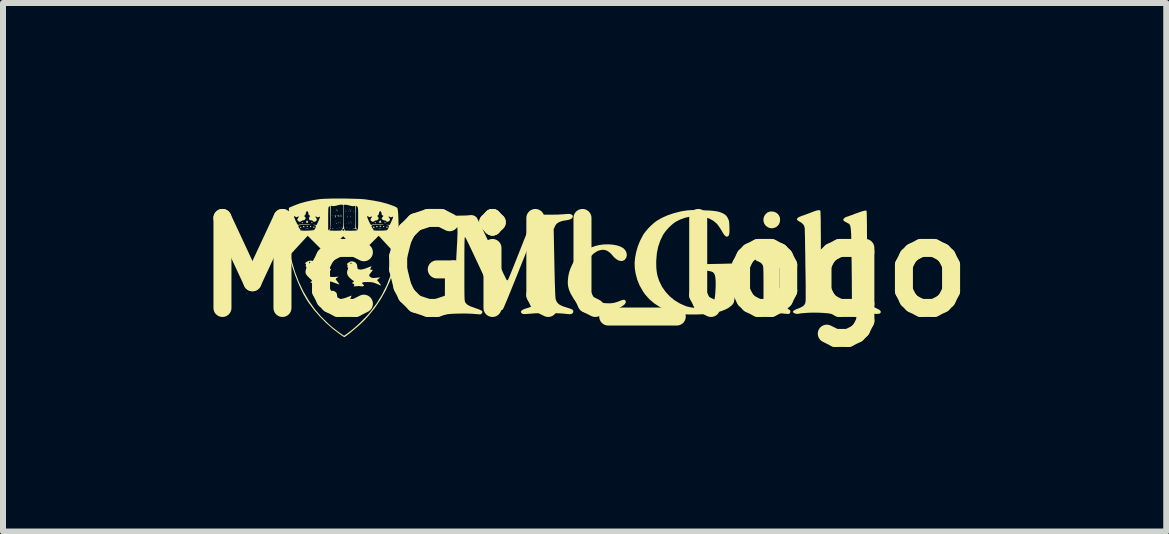
<source format=kicad_pcb>
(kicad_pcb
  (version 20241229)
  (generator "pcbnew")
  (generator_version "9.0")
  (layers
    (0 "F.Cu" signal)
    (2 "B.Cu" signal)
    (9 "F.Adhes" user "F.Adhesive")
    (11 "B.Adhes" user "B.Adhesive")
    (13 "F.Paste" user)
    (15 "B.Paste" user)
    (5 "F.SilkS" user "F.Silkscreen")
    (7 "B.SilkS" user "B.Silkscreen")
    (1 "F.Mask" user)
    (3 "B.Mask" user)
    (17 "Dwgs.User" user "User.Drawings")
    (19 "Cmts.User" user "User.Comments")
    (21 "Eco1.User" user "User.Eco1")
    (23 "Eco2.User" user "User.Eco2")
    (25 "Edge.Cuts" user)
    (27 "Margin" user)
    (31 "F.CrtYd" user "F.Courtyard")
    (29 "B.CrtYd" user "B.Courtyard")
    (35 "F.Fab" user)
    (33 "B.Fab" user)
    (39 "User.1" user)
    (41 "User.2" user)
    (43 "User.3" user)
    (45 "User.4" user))
  (footprint "McGill_logo"
    (layer "F.Cu")
    (at 6.693 1.404)
    (property "Reference" "McGill_logo" (at 0 0 0) (layer "F.SilkS") (effects (font (size 1.5 1.5) (thickness 0.3))))
    (attr board_only exclude_from_pos_files exclude_from_bom)
    (fp_poly (pts (xy -4.196 -0.863) (xy -4.199 -0.859) (xy -4.203 -0.863) (xy -4.199 -0.867)) (stroke (width 0) (type solid)) (fill yes) (layer "F.SilkS"))
    (fp_poly (pts (xy -4.172 -0.863) (xy -4.176 -0.859) (xy -4.18 -0.863) (xy -4.176 -0.867)) (stroke (width 0) (type solid)) (fill yes) (layer "F.SilkS"))
    (fp_poly (pts (xy -4.172 -0.832) (xy -4.176 -0.828) (xy -4.18 -0.832) (xy -4.176 -0.836)) (stroke (width 0) (type solid)) (fill yes) (layer "F.SilkS"))
    (fp_poly (pts (xy -4.149 -0.762) (xy -4.153 -0.758) (xy -4.157 -0.762) (xy -4.153 -0.766)) (stroke (width 0) (type solid)) (fill yes) (layer "F.SilkS"))
    (fp_poly (pts (xy -4.071 -0.762) (xy -4.074 -0.758) (xy -4.078 -0.762) (xy -4.074 -0.766)) (stroke (width 0) (type solid)) (fill yes) (layer "F.SilkS"))
    (fp_poly (pts (xy -4.071 -0.731) (xy -4.074 -0.727) (xy -4.078 -0.731) (xy -4.074 -0.734)) (stroke (width 0) (type solid)) (fill yes) (layer "F.SilkS"))
    (fp_poly (pts (xy -4.063 -0.746) (xy -4.067 -0.742) (xy -4.071 -0.746) (xy -4.067 -0.75)) (stroke (width 0) (type solid)) (fill yes) (layer "F.SilkS"))
    (fp_poly (pts (xy -3.985 -0.965) (xy -3.989 -0.961) (xy -3.992 -0.965) (xy -3.989 -0.969)) (stroke (width 0) (type solid)) (fill yes) (layer "F.SilkS"))
    (fp_poly (pts (xy -3.985 -0.934) (xy -3.989 -0.93) (xy -3.992 -0.934) (xy -3.989 -0.938)) (stroke (width 0) (type solid)) (fill yes) (layer "F.SilkS"))
    (fp_poly (pts (xy -3.961 -0.934) (xy -3.965 -0.93) (xy -3.969 -0.934) (xy -3.965 -0.938)) (stroke (width 0) (type solid)) (fill yes) (layer "F.SilkS"))
    (fp_poly (pts (xy -3.961 -0.731) (xy -3.965 -0.727) (xy -3.969 -0.731) (xy -3.965 -0.734)) (stroke (width 0) (type solid)) (fill yes) (layer "F.SilkS"))
    (fp_poly (pts (xy -3.938 -0.941) (xy -3.942 -0.938) (xy -3.946 -0.941) (xy -3.942 -0.945)) (stroke (width 0) (type solid)) (fill yes) (layer "F.SilkS"))
    (fp_poly (pts (xy -3.938 -0.762) (xy -3.942 -0.758) (xy -3.946 -0.762) (xy -3.942 -0.766)) (stroke (width 0) (type solid)) (fill yes) (layer "F.SilkS"))
    (fp_poly (pts (xy -3.938 -0.731) (xy -3.942 -0.727) (xy -3.946 -0.731) (xy -3.942 -0.734)) (stroke (width 0) (type solid)) (fill yes) (layer "F.SilkS"))
    (fp_poly (pts (xy -3.93 -0.926) (xy -3.934 -0.922) (xy -3.938 -0.926) (xy -3.934 -0.93)) (stroke (width 0) (type solid)) (fill yes) (layer "F.SilkS"))
    (fp_poly (pts (xy -3.914 -0.652) (xy -3.918 -0.648) (xy -3.922 -0.652) (xy -3.918 -0.656)) (stroke (width 0) (type solid)) (fill yes) (layer "F.SilkS"))
    (fp_poly (pts (xy -3.891 -0.762) (xy -3.895 -0.758) (xy -3.899 -0.762) (xy -3.895 -0.766)) (stroke (width 0) (type solid)) (fill yes) (layer "F.SilkS"))
    (fp_poly (pts (xy -3.875 -0.957) (xy -3.879 -0.953) (xy -3.883 -0.957) (xy -3.879 -0.961)) (stroke (width 0) (type solid)) (fill yes) (layer "F.SilkS"))
    (fp_poly (pts (xy -3.875 -0.754) (xy -3.879 -0.75) (xy -3.883 -0.754) (xy -3.879 -0.758)) (stroke (width 0) (type solid)) (fill yes) (layer "F.SilkS"))
    (fp_poly (pts (xy -3.875 -0.723) (xy -3.879 -0.719) (xy -3.883 -0.723) (xy -3.879 -0.727)) (stroke (width 0) (type solid)) (fill yes) (layer "F.SilkS"))
    (fp_poly (pts (xy -4.706 -0.638) (xy -4.707 -0.633) (xy -4.711 -0.633) (xy -4.718 -0.636) (xy -4.716 -0.638) (xy -4.707 -0.639)) (stroke (width 0) (type solid)) (fill yes) (layer "F.SilkS"))
    (fp_poly (pts (xy -4.534 -0.638) (xy -4.535 -0.633) (xy -4.539 -0.633) (xy -4.546 -0.636) (xy -4.545 -0.638) (xy -4.535 -0.639)) (stroke (width 0) (type solid)) (fill yes) (layer "F.SilkS"))
    (fp_poly (pts (xy -4.12 -0.654) (xy -4.121 -0.649) (xy -4.125 -0.648) (xy -4.132 -0.651) (xy -4.13 -0.654) (xy -4.121 -0.655)) (stroke (width 0) (type solid)) (fill yes) (layer "F.SilkS"))
    (fp_poly (pts (xy -4.104 -0.752) (xy -4.103 -0.739) (xy -4.105 -0.737) (xy -4.108 -0.739) (xy -4.109 -0.747) (xy -4.107 -0.755)) (stroke (width 0) (type solid)) (fill yes) (layer "F.SilkS"))
    (fp_poly (pts (xy -4.076 -0.661) (xy -4.075 -0.659) (xy -4.086 -0.658) (xy -4.097 -0.659) (xy -4.096 -0.661) (xy -4.08 -0.662)) (stroke (width 0) (type solid)) (fill yes) (layer "F.SilkS"))
    (fp_poly (pts (xy -4.042 -0.661) (xy -4.043 -0.657) (xy -4.047 -0.656) (xy -4.054 -0.659) (xy -4.052 -0.661) (xy -4.043 -0.662)) (stroke (width 0) (type solid)) (fill yes) (layer "F.SilkS"))
    (fp_poly (pts (xy -3.995 -0.661) (xy -3.996 -0.657) (xy -4 -0.656) (xy -4.007 -0.659) (xy -4.005 -0.661) (xy -3.996 -0.662)) (stroke (width 0) (type solid)) (fill yes) (layer "F.SilkS"))
    (fp_poly (pts (xy -3.951 -0.661) (xy -3.95 -0.659) (xy -3.961 -0.658) (xy -3.972 -0.659) (xy -3.971 -0.661) (xy -3.955 -0.662)) (stroke (width 0) (type solid)) (fill yes) (layer "F.SilkS"))
    (fp_poly (pts (xy -3.917 -0.966) (xy -3.918 -0.962) (xy -3.922 -0.961) (xy -3.929 -0.964) (xy -3.927 -0.966) (xy -3.918 -0.967)) (stroke (width 0) (type solid)) (fill yes) (layer "F.SilkS"))
    (fp_poly (pts (xy -3.909 -0.752) (xy -3.908 -0.736) (xy -3.909 -0.732) (xy -3.912 -0.731) (xy -3.913 -0.742) (xy -3.912 -0.753)) (stroke (width 0) (type solid)) (fill yes) (layer "F.SilkS"))
    (fp_poly (pts (xy -3.854 -0.935) (xy -3.853 -0.926) (xy -3.854 -0.925) (xy -3.859 -0.926) (xy -3.86 -0.93) (xy -3.857 -0.936)) (stroke (width 0) (type solid)) (fill yes) (layer "F.SilkS"))
    (fp_poly (pts (xy -3.487 -0.638) (xy -3.488 -0.633) (xy -3.492 -0.633) (xy -3.499 -0.636) (xy -3.498 -0.638) (xy -3.488 -0.639)) (stroke (width 0) (type solid)) (fill yes) (layer "F.SilkS"))
    (fp_poly (pts (xy -3.315 -0.638) (xy -3.316 -0.633) (xy -3.321 -0.633) (xy -3.327 -0.636) (xy -3.326 -0.638) (xy -3.316 -0.639)) (stroke (width 0) (type solid)) (fill yes) (layer "F.SilkS"))
    (fp_poly (pts (xy -4.729 -0.676) (xy -4.721 -0.666) (xy -4.724 -0.658) (xy -4.73 -0.656) (xy -4.741 -0.663) (xy -4.742 -0.669) (xy -4.738 -0.677)) (stroke (width 0) (type solid)) (fill yes) (layer "F.SilkS"))
    (fp_poly (pts (xy -4.703 -0.753) (xy -4.696 -0.744) (xy -4.701 -0.736) (xy -4.707 -0.734) (xy -4.715 -0.74) (xy -4.714 -0.746) (xy -4.707 -0.754)) (stroke (width 0) (type solid)) (fill yes) (layer "F.SilkS"))
    (fp_poly (pts (xy -4.619 -0.691) (xy -4.611 -0.681) (xy -4.615 -0.673) (xy -4.621 -0.672) (xy -4.631 -0.678) (xy -4.633 -0.684) (xy -4.629 -0.693)) (stroke (width 0) (type solid)) (fill yes) (layer "F.SilkS"))
    (fp_poly (pts (xy -4.541 -0.752) (xy -4.536 -0.746) (xy -4.538 -0.736) (xy -4.543 -0.734) (xy -4.554 -0.738) (xy -4.555 -0.742) (xy -4.55 -0.752)) (stroke (width 0) (type solid)) (fill yes) (layer "F.SilkS"))
    (fp_poly (pts (xy -4.133 -0.738) (xy -4.132 -0.737) (xy -4.126 -0.726) (xy -4.127 -0.722) (xy -4.133 -0.725) (xy -4.136 -0.732) (xy -4.139 -0.741)) (stroke (width 0) (type solid)) (fill yes) (layer "F.SilkS"))
    (fp_poly (pts (xy -4.126 -0.872) (xy -4.118 -0.865) (xy -4.117 -0.863) (xy -4.121 -0.86) (xy -4.129 -0.867) (xy -4.13 -0.868) (xy -4.131 -0.874)) (stroke (width 0) (type solid)) (fill yes) (layer "F.SilkS"))
    (fp_poly (pts (xy -4.117 -0.948) (xy -4.116 -0.947) (xy -4.11 -0.937) (xy -4.111 -0.933) (xy -4.117 -0.936) (xy -4.121 -0.943) (xy -4.123 -0.952)) (stroke (width 0) (type solid)) (fill yes) (layer "F.SilkS"))
    (fp_poly (pts (xy -3.9 -0.946) (xy -3.902 -0.932) (xy -3.905 -0.928) (xy -3.91 -0.926) (xy -3.909 -0.937) (xy -3.909 -0.938) (xy -3.904 -0.949)) (stroke (width 0) (type solid)) (fill yes) (layer "F.SilkS"))
    (fp_poly (pts (xy -3.338 -0.683) (xy -3.338 -0.678) (xy -3.346 -0.668) (xy -3.355 -0.667) (xy -3.36 -0.675) (xy -3.353 -0.686) (xy -3.347 -0.688)) (stroke (width 0) (type solid)) (fill yes) (layer "F.SilkS"))
    (fp_poly (pts (xy -3.322 -0.752) (xy -3.318 -0.746) (xy -3.319 -0.736) (xy -3.325 -0.734) (xy -3.335 -0.738) (xy -3.336 -0.742) (xy -3.331 -0.752)) (stroke (width 0) (type solid)) (fill yes) (layer "F.SilkS"))
    (fp_poly (pts (xy -4.676 -0.685) (xy -4.668 -0.677) (xy -4.668 -0.672) (xy -4.679 -0.664) (xy -4.691 -0.671) (xy -4.692 -0.672) (xy -4.694 -0.683) (xy -4.684 -0.687)) (stroke (width 0) (type solid)) (fill yes) (layer "F.SilkS"))
    (fp_poly (pts (xy -4.556 -0.684) (xy -4.555 -0.68) (xy -4.56 -0.67) (xy -4.57 -0.668) (xy -4.573 -0.67) (xy -4.578 -0.681) (xy -4.57 -0.687) (xy -4.567 -0.688)) (stroke (width 0) (type solid)) (fill yes) (layer "F.SilkS"))
    (fp_poly (pts (xy -4.502 -0.673) (xy -4.5 -0.668) (xy -4.507 -0.658) (xy -4.512 -0.656) (xy -4.522 -0.663) (xy -4.524 -0.668) (xy -4.517 -0.678) (xy -4.512 -0.68)) (stroke (width 0) (type solid)) (fill yes) (layer "F.SilkS"))
    (fp_poly (pts (xy -4.182 -0.646) (xy -4.179 -0.644) (xy -4.19 -0.643) (xy -4.196 -0.642) (xy -4.21 -0.643) (xy -4.211 -0.645) (xy -4.209 -0.646) (xy -4.189 -0.647)) (stroke (width 0) (type solid)) (fill yes) (layer "F.SilkS"))
    (fp_poly (pts (xy -4.135 -0.967) (xy -4.134 -0.947) (xy -4.135 -0.94) (xy -4.138 -0.937) (xy -4.139 -0.948) (xy -4.139 -0.953) (xy -4.138 -0.967) (xy -4.136 -0.969)) (stroke (width 0) (type solid)) (fill yes) (layer "F.SilkS"))
    (fp_poly (pts (xy -4.091 -0.869) (xy -4.092 -0.856) (xy -4.096 -0.841) (xy -4.099 -0.836) (xy -4.101 -0.843) (xy -4.102 -0.856) (xy -4.1 -0.87) (xy -4.095 -0.875)) (stroke (width 0) (type solid)) (fill yes) (layer "F.SilkS"))
    (fp_poly (pts (xy -4.073 -0.847) (xy -4.074 -0.844) (xy -4.082 -0.836) (xy -4.083 -0.836) (xy -4.084 -0.841) (xy -4.082 -0.844) (xy -4.075 -0.851) (xy -4.074 -0.852)) (stroke (width 0) (type solid)) (fill yes) (layer "F.SilkS"))
    (fp_poly (pts (xy -4.057 -0.868) (xy -4.055 -0.856) (xy -4.056 -0.841) (xy -4.058 -0.836) (xy -4.061 -0.843) (xy -4.065 -0.856) (xy -4.065 -0.87) (xy -4.062 -0.875)) (stroke (width 0) (type solid)) (fill yes) (layer "F.SilkS"))
    (fp_poly (pts (xy -3.948 -0.857) (xy -3.947 -0.838) (xy -3.948 -0.83) (xy -3.95 -0.828) (xy -3.951 -0.839) (xy -3.952 -0.844) (xy -3.951 -0.858) (xy -3.949 -0.86)) (stroke (width 0) (type solid)) (fill yes) (layer "F.SilkS"))
    (fp_poly (pts (xy -3.901 -0.857) (xy -3.9 -0.838) (xy -3.901 -0.83) (xy -3.903 -0.828) (xy -3.905 -0.839) (xy -3.905 -0.844) (xy -3.904 -0.858) (xy -3.902 -0.86)) (stroke (width 0) (type solid)) (fill yes) (layer "F.SilkS"))
    (fp_poly (pts (xy -3.501 -0.668) (xy -3.5 -0.664) (xy -3.506 -0.657) (xy -3.518 -0.657) (xy -3.527 -0.664) (xy -3.526 -0.674) (xy -3.524 -0.676) (xy -3.511 -0.677)) (stroke (width 0) (type solid)) (fill yes) (layer "F.SilkS"))
    (fp_poly (pts (xy -3.479 -0.745) (xy -3.478 -0.743) (xy -3.482 -0.736) (xy -3.488 -0.734) (xy -3.498 -0.738) (xy -3.499 -0.743) (xy -3.491 -0.751) (xy -3.488 -0.751)) (stroke (width 0) (type solid)) (fill yes) (layer "F.SilkS"))
    (fp_poly (pts (xy -3.457 -0.685) (xy -3.449 -0.677) (xy -3.449 -0.672) (xy -3.461 -0.664) (xy -3.472 -0.671) (xy -3.473 -0.672) (xy -3.475 -0.683) (xy -3.465 -0.687)) (stroke (width 0) (type solid)) (fill yes) (layer "F.SilkS"))
    (fp_poly (pts (xy -3.392 -0.684) (xy -3.391 -0.679) (xy -3.397 -0.673) (xy -3.408 -0.673) (xy -3.418 -0.679) (xy -3.417 -0.689) (xy -3.414 -0.691) (xy -3.401 -0.692)) (stroke (width 0) (type solid)) (fill yes) (layer "F.SilkS"))
    (fp_poly (pts (xy -3.283 -0.673) (xy -3.281 -0.668) (xy -3.288 -0.658) (xy -3.293 -0.656) (xy -3.304 -0.663) (xy -3.305 -0.668) (xy -3.299 -0.678) (xy -3.293 -0.68)) (stroke (width 0) (type solid)) (fill yes) (layer "F.SilkS"))
    (fp_poly (pts (xy -4.619 -0.775) (xy -4.611 -0.762) (xy -4.606 -0.748) (xy -4.611 -0.743) (xy -4.625 -0.742) (xy -4.641 -0.743) (xy -4.644 -0.75) (xy -4.639 -0.762) (xy -4.631 -0.776) (xy -4.625 -0.781)) (stroke (width 0) (type solid)) (fill yes) (layer "F.SilkS"))
    (fp_poly (pts (xy -4.596 -0.646) (xy -4.589 -0.645) (xy -4.596 -0.644) (xy -4.616 -0.643) (xy -4.625 -0.643) (xy -4.649 -0.644) (xy -4.66 -0.645) (xy -4.659 -0.646) (xy -4.655 -0.646) (xy -4.625 -0.648)) (stroke (width 0) (type solid)) (fill yes) (layer "F.SilkS"))
    (fp_poly (pts (xy -4.147 -0.866) (xy -4.145 -0.851) (xy -4.145 -0.851) (xy -4.145 -0.835) (xy -4.145 -0.828) (xy -4.15 -0.832) (xy -4.151 -0.833) (xy -4.156 -0.846) (xy -4.155 -0.861) (xy -4.151 -0.87)) (stroke (width 0) (type solid)) (fill yes) (layer "F.SilkS"))
    (fp_poly (pts (xy -3.386 -0.646) (xy -3.385 -0.646) (xy -3.378 -0.645) (xy -3.384 -0.644) (xy -3.404 -0.643) (xy -3.41 -0.643) (xy -3.433 -0.644) (xy -3.444 -0.645) (xy -3.442 -0.646) (xy -3.44 -0.646) (xy -3.414 -0.648)) (stroke (width 0) (type solid)) (fill yes) (layer "F.SilkS"))
    (fp_poly (pts (xy -3.398 -0.772) (xy -3.392 -0.76) (xy -3.387 -0.748) (xy -3.392 -0.743) (xy -3.406 -0.742) (xy -3.423 -0.744) (xy -3.43 -0.748) (xy -3.43 -0.748) (xy -3.425 -0.758) (xy -3.417 -0.771) (xy -3.408 -0.78) (xy -3.404 -0.781)) (stroke (width 0) (type solid)) (fill yes) (layer "F.SilkS"))
    (fp_poly (pts (xy 3.164 -0.923) (xy 3.202 -0.903) (xy 3.232 -0.874) (xy 3.252 -0.836) (xy 3.258 -0.794) (xy 3.252 -0.747) (xy 3.234 -0.709) (xy 3.203 -0.678) (xy 3.178 -0.663) (xy 3.136 -0.65) (xy 3.092 -0.652) (xy 3.056 -0.665) (xy 3.02 -0.691) (xy 2.994 -0.726) (xy 2.981 -0.766) (xy 2.98 -0.808) (xy 2.992 -0.85) (xy 3.014 -0.883) (xy 3.044 -0.911) (xy 3.079 -0.926) (xy 3.118 -0.93)) (stroke (width 0) (type solid)) (fill yes) (layer "F.SilkS"))
    (fp_poly (pts (xy 3.248 -0.332) (xy 3.254 -0.308) (xy 3.25 -0.273) (xy 3.248 -0.256) (xy 3.247 -0.226) (xy 3.246 -0.182) (xy 3.245 -0.127) (xy 3.244 -0.062) (xy 3.243 0.012) (xy 3.243 0.093) (xy 3.243 0.171) (xy 3.242 0.266) (xy 3.242 0.346) (xy 3.243 0.414) (xy 3.244 0.469) (xy 3.245 0.515) (xy 3.248 0.551) (xy 3.252 0.579) (xy 3.258 0.601) (xy 3.266 0.618) (xy 3.276 0.631) (xy 3.289 0.641) (xy 3.304 0.651) (xy 3.322 0.66) (xy 3.344 0.67) (xy 3.347 0.672) (xy 3.378 0.688) (xy 3.403 0.703) (xy 3.42 0.715) (xy 3.425 0.72) (xy 3.429 0.738) (xy 3.424 0.759) (xy 3.413 0.774) (xy 3.407 0.777) (xy 3.394 0.778) (xy 3.368 0.777) (xy 3.335 0.774) (xy 3.3 0.77) (xy 3.169 0.759) (xy 3.045 0.762) (xy 2.949 0.773) (xy 2.901 0.781) (xy 2.866 0.786) (xy 2.84 0.788) (xy 2.822 0.787) (xy 2.809 0.784) (xy 2.803 0.781) (xy 2.791 0.766) (xy 2.791 0.746) (xy 2.802 0.726) (xy 2.802 0.726) (xy 2.814 0.717) (xy 2.838 0.704) (xy 2.867 0.691) (xy 2.875 0.688) (xy 2.907 0.673) (xy 2.936 0.657) (xy 2.956 0.642) (xy 2.958 0.64) (xy 2.981 0.616) (xy 2.981 0.302) (xy 2.981 0.223) (xy 2.98 0.157) (xy 2.98 0.105) (xy 2.979 0.063) (xy 2.978 0.031) (xy 2.977 0.007) (xy 2.975 -0.01) (xy 2.973 -0.023) (xy 2.97 -0.031) (xy 2.968 -0.035) (xy 2.95 -0.061) (xy 2.927 -0.08) (xy 2.895 -0.096) (xy 2.887 -0.099) (xy 2.863 -0.11) (xy 2.85 -0.12) (xy 2.846 -0.133) (xy 2.845 -0.134) (xy 2.846 -0.148) (xy 2.852 -0.159) (xy 2.866 -0.17) (xy 2.89 -0.181) (xy 2.926 -0.195) (xy 2.949 -0.204) (xy 2.998 -0.221) (xy 3.036 -0.238) (xy 3.069 -0.255) (xy 3.101 -0.275) (xy 3.138 -0.301) (xy 3.139 -0.302) (xy 3.179 -0.328) (xy 3.211 -0.342) (xy 3.234 -0.344)) (stroke (width 0) (type solid)) (fill yes) (layer "F.SilkS"))
    (fp_poly (pts (xy 0.469 -0.377) (xy 0.534 -0.365) (xy 0.591 -0.347) (xy 0.637 -0.323) (xy 0.654 -0.31) (xy 0.683 -0.276) (xy 0.699 -0.238) (xy 0.703 -0.198) (xy 0.694 -0.161) (xy 0.671 -0.128) (xy 0.666 -0.123) (xy 0.637 -0.107) (xy 0.603 -0.104) (xy 0.566 -0.113) (xy 0.528 -0.135) (xy 0.49 -0.167) (xy 0.469 -0.192) (xy 0.426 -0.239) (xy 0.382 -0.271) (xy 0.336 -0.289) (xy 0.289 -0.291) (xy 0.237 -0.279) (xy 0.209 -0.267) (xy 0.151 -0.23) (xy 0.102 -0.181) (xy 0.062 -0.121) (xy 0.032 -0.051) (xy 0.012 0.029) (xy 0.002 0.117) (xy 0.004 0.211) (xy 0.019 0.296) (xy 0.046 0.372) (xy 0.084 0.44) (xy 0.134 0.497) (xy 0.196 0.544) (xy 0.231 0.564) (xy 0.265 0.58) (xy 0.291 0.59) (xy 0.317 0.595) (xy 0.349 0.599) (xy 0.369 0.6) (xy 0.422 0.601) (xy 0.468 0.597) (xy 0.514 0.587) (xy 0.565 0.57) (xy 0.587 0.561) (xy 0.619 0.549) (xy 0.64 0.543) (xy 0.655 0.542) (xy 0.667 0.545) (xy 0.668 0.546) (xy 0.684 0.56) (xy 0.687 0.58) (xy 0.677 0.604) (xy 0.669 0.615) (xy 0.644 0.637) (xy 0.607 0.66) (xy 0.561 0.684) (xy 0.509 0.706) (xy 0.453 0.726) (xy 0.397 0.743) (xy 0.346 0.754) (xy 0.301 0.761) (xy 0.265 0.764) (xy 0.23 0.763) (xy 0.19 0.759) (xy 0.176 0.757) (xy 0.138 0.75) (xy 0.104 0.742) (xy 0.071 0.729) (xy 0.031 0.71) (xy 0.015 0.702) (xy -0.059 0.656) (xy -0.125 0.596) (xy -0.182 0.526) (xy -0.229 0.446) (xy -0.238 0.428) (xy -0.26 0.375) (xy -0.273 0.328) (xy -0.28 0.28) (xy -0.28 0.227) (xy -0.279 0.212) (xy -0.271 0.144) (xy -0.257 0.08) (xy -0.234 0.015) (xy -0.206 -0.047) (xy -0.187 -0.082) (xy -0.169 -0.112) (xy -0.148 -0.139) (xy -0.121 -0.169) (xy -0.098 -0.192) (xy -0.034 -0.248) (xy 0.033 -0.294) (xy 0.109 -0.33) (xy 0.184 -0.356) (xy 0.253 -0.372) (xy 0.326 -0.381) (xy 0.398 -0.382)) (stroke (width 0) (type solid)) (fill yes) (layer "F.SilkS"))
    (fp_poly (pts (xy -4.164 0.402) (xy -4.141 0.42) (xy -4.129 0.443) (xy -4.125 0.476) (xy -4.12 0.504) (xy -4.106 0.522) (xy -4.08 0.53) (xy -4.044 0.527) (xy -3.997 0.514) (xy -3.961 0.501) (xy -3.93 0.489) (xy -3.905 0.479) (xy -3.889 0.474) (xy -3.884 0.473) (xy -3.886 0.481) (xy -3.893 0.496) (xy -3.894 0.499) (xy -3.904 0.518) (xy -3.905 0.528) (xy -3.897 0.531) (xy -3.887 0.531) (xy -3.873 0.533) (xy -3.869 0.541) (xy -3.876 0.555) (xy -3.895 0.577) (xy -3.9 0.582) (xy -3.917 0.602) (xy -3.925 0.614) (xy -3.926 0.624) (xy -3.92 0.635) (xy -3.919 0.637) (xy -3.907 0.65) (xy -3.89 0.659) (xy -3.866 0.663) (xy -3.831 0.664) (xy -3.803 0.662) (xy -3.74 0.659) (xy -3.766 0.68) (xy -3.792 0.701) (xy -3.759 0.742) (xy -3.743 0.764) (xy -3.731 0.781) (xy -3.727 0.79) (xy -3.733 0.791) (xy -3.748 0.786) (xy -3.756 0.782) (xy -3.818 0.756) (xy -3.877 0.74) (xy -3.939 0.735) (xy -3.964 0.736) (xy -3.997 0.738) (xy -4.024 0.741) (xy -4.041 0.744) (xy -4.045 0.745) (xy -4.044 0.754) (xy -4.033 0.767) (xy -4.028 0.771) (xy -4.014 0.784) (xy -4.011 0.793) (xy -4.017 0.802) (xy -4.019 0.803) (xy -4.029 0.81) (xy -4.042 0.812) (xy -4.063 0.807) (xy -4.066 0.806) (xy -4.1 0.801) (xy -4.122 0.805) (xy -4.142 0.81) (xy -4.162 0.812) (xy -4.176 0.81) (xy -4.18 0.807) (xy -4.176 0.796) (xy -4.173 0.789) (xy -4.171 0.779) (xy -4.182 0.768) (xy -4.19 0.763) (xy -4.206 0.753) (xy -4.21 0.747) (xy -4.202 0.743) (xy -4.197 0.741) (xy -4.185 0.734) (xy -4.183 0.724) (xy -4.194 0.71) (xy -4.218 0.69) (xy -4.222 0.687) (xy -4.246 0.667) (xy -4.266 0.647) (xy -4.274 0.636) (xy -4.286 0.607) (xy -4.289 0.573) (xy -4.284 0.539) (xy -4.28 0.527) (xy -4.275 0.507) (xy -4.279 0.493) (xy -4.283 0.474) (xy -4.28 0.466) (xy -4.278 0.454) (xy -4.285 0.448) (xy -4.295 0.442) (xy -4.294 0.433) (xy -4.287 0.426) (xy -4.235 0.426) (xy -4.23 0.435) (xy -4.221 0.434) (xy -4.213 0.423) (xy -4.216 0.415) (xy -4.222 0.414) (xy -4.233 0.42) (xy -4.235 0.426) (xy -4.287 0.426) (xy -4.28 0.421) (xy -4.267 0.411) (xy -4.231 0.394) (xy -4.194 0.392)) (stroke (width 0) (type solid)) (fill yes) (layer "F.SilkS"))
    (fp_poly (pts (xy -3.848 -0.094) (xy -3.816 -0.076) (xy -3.796 -0.049) (xy -3.789 -0.013) (xy -3.789 -0.011) (xy -3.787 0.013) (xy -3.78 0.027) (xy -3.774 0.031) (xy -3.744 0.039) (xy -3.703 0.035) (xy -3.653 0.021) (xy -3.629 0.012) (xy -3.599 -0.000351) (xy -3.574 -0.01) (xy -3.558 -0.015) (xy -3.555 -0.016) (xy -3.554 -0.01) (xy -3.56 0.005) (xy -3.563 0.011) (xy -3.573 0.028) (xy -3.573 0.037) (xy -3.567 0.042) (xy -3.549 0.043) (xy -3.543 0.042) (xy -3.533 0.041) (xy -3.533 0.05) (xy -3.544 0.066) (xy -3.563 0.09) (xy -3.584 0.116) (xy -3.59 0.137) (xy -3.583 0.153) (xy -3.562 0.168) (xy -3.558 0.17) (xy -3.542 0.176) (xy -3.523 0.179) (xy -3.499 0.178) (xy -3.469 0.175) (xy -3.406 0.168) (xy -3.434 0.192) (xy -3.451 0.206) (xy -3.457 0.215) (xy -3.454 0.223) (xy -3.45 0.226) (xy -3.44 0.237) (xy -3.427 0.253) (xy -3.413 0.272) (xy -3.401 0.289) (xy -3.393 0.301) (xy -3.393 0.305) (xy -3.401 0.302) (xy -3.42 0.294) (xy -3.447 0.283) (xy -3.465 0.276) (xy -3.499 0.262) (xy -3.526 0.254) (xy -3.551 0.249) (xy -3.58 0.247) (xy -3.615 0.246) (xy -3.66 0.247) (xy -3.69 0.251) (xy -3.707 0.257) (xy -3.709 0.266) (xy -3.7 0.279) (xy -3.693 0.284) (xy -3.679 0.297) (xy -3.677 0.305) (xy -3.683 0.312) (xy -3.702 0.319) (xy -3.729 0.317) (xy -3.751 0.314) (xy -3.767 0.312) (xy -3.77 0.312) (xy -3.782 0.314) (xy -3.803 0.316) (xy -3.817 0.317) (xy -3.839 0.319) (xy -3.849 0.318) (xy -3.847 0.313) (xy -3.846 0.312) (xy -3.837 0.296) (xy -3.843 0.283) (xy -3.857 0.274) (xy -3.879 0.264) (xy -3.86 0.25) (xy -3.841 0.236) (xy -3.889 0.199) (xy -3.928 0.164) (xy -3.951 0.129) (xy -3.96 0.094) (xy -3.955 0.056) (xy -3.949 0.041) (xy -3.942 0.022) (xy -3.942 0.011) (xy -3.948 0.004) (xy -3.956 -0.007) (xy -3.952 -0.019) (xy -3.948 -0.033) (xy -3.956 -0.043) (xy -3.962 -0.05) (xy -3.958 -0.058) (xy -3.952 -0.064) (xy -3.905 -0.064) (xy -3.901 -0.056) (xy -3.895 -0.055) (xy -3.885 -0.061) (xy -3.883 -0.067) (xy -3.888 -0.076) (xy -3.897 -0.074) (xy -3.905 -0.064) (xy -3.952 -0.064) (xy -3.944 -0.071) (xy -3.942 -0.072) (xy -3.91 -0.093) (xy -3.879 -0.099)) (stroke (width 0) (type solid)) (fill yes) (layer "F.SilkS"))
    (fp_poly (pts (xy -4.537 -0.107) (xy -4.511 -0.092) (xy -4.492 -0.067) (xy -4.485 -0.035) (xy -4.485 -0.031) (xy -4.482 -0.005) (xy -4.473 0.011) (xy -4.454 0.022) (xy -4.451 0.023) (xy -4.434 0.027) (xy -4.413 0.026) (xy -4.386 0.02) (xy -4.351 0.008) (xy -4.307 -0.009) (xy -4.28 -0.019) (xy -4.258 -0.027) (xy -4.246 -0.031) (xy -4.245 -0.031) (xy -4.246 -0.025) (xy -4.253 -0.011) (xy -4.257 -0.004) (xy -4.267 0.014) (xy -4.268 0.024) (xy -4.262 0.028) (xy -4.244 0.03) (xy -4.239 0.028) (xy -4.228 0.027) (xy -4.227 0.028) (xy -4.232 0.043) (xy -4.244 0.063) (xy -4.26 0.082) (xy -4.271 0.092) (xy -4.285 0.104) (xy -4.288 0.114) (xy -4.282 0.128) (xy -4.268 0.146) (xy -4.246 0.157) (xy -4.215 0.162) (xy -4.171 0.162) (xy -4.162 0.161) (xy -4.098 0.156) (xy -4.123 0.172) (xy -4.14 0.185) (xy -4.148 0.195) (xy -4.149 0.196) (xy -4.144 0.206) (xy -4.132 0.223) (xy -4.117 0.243) (xy -4.101 0.264) (xy -4.091 0.279) (xy -4.088 0.286) (xy -4.096 0.285) (xy -4.115 0.279) (xy -4.141 0.269) (xy -4.151 0.265) (xy -4.208 0.245) (xy -4.255 0.233) (xy -4.298 0.228) (xy -4.339 0.23) (xy -4.375 0.235) (xy -4.396 0.241) (xy -4.403 0.249) (xy -4.398 0.26) (xy -4.388 0.269) (xy -4.372 0.285) (xy -4.371 0.297) (xy -4.384 0.302) (xy -4.411 0.302) (xy -4.417 0.302) (xy -4.441 0.299) (xy -4.458 0.297) (xy -4.473 0.298) (xy -4.494 0.3) (xy -4.512 0.302) (xy -4.534 0.304) (xy -4.544 0.303) (xy -4.543 0.298) (xy -4.541 0.296) (xy -4.532 0.281) (xy -4.538 0.267) (xy -4.553 0.258) (xy -4.567 0.251) (xy -4.568 0.246) (xy -4.559 0.24) (xy -4.545 0.232) (xy -4.54 0.229) (xy -4.543 0.223) (xy -4.556 0.209) (xy -4.576 0.189) (xy -4.589 0.177) (xy -4.622 0.144) (xy -4.643 0.115) (xy -4.652 0.088) (xy -4.65 0.058) (xy -4.643 0.032) (xy -4.637 0.01) (xy -4.636 -0.002) (xy -4.641 -0.01) (xy -4.643 -0.011) (xy -4.65 -0.021) (xy -4.646 -0.034) (xy -4.642 -0.047) (xy -4.65 -0.058) (xy -4.658 -0.065) (xy -4.656 -0.072) (xy -4.642 -0.084) (xy -4.64 -0.086) (xy -4.639 -0.086) (xy -4.593 -0.086) (xy -4.591 -0.073) (xy -4.584 -0.065) (xy -4.577 -0.069) (xy -4.572 -0.08) (xy -4.577 -0.087) (xy -4.588 -0.093) (xy -4.593 -0.086) (xy -4.639 -0.086) (xy -4.604 -0.105) (xy -4.57 -0.111)) (stroke (width 0) (type solid)) (fill yes) (layer "F.SilkS"))
    (fp_poly (pts (xy 3.913 -0.951) (xy 3.924 -0.946) (xy 3.929 -0.94) (xy 3.93 -0.929) (xy 3.931 -0.905) (xy 3.932 -0.867) (xy 3.934 -0.816) (xy 3.935 -0.754) (xy 3.935 -0.681) (xy 3.936 -0.599) (xy 3.937 -0.509) (xy 3.937 -0.412) (xy 3.937 -0.344) (xy 3.938 -0.245) (xy 3.938 -0.147) (xy 3.939 -0.052) (xy 3.939 0.039) (xy 3.94 0.124) (xy 3.941 0.202) (xy 3.942 0.27) (xy 3.943 0.327) (xy 3.944 0.371) (xy 3.944 0.395) (xy 3.947 0.449) (xy 3.949 0.49) (xy 3.951 0.521) (xy 3.954 0.544) (xy 3.957 0.561) (xy 3.963 0.576) (xy 3.969 0.589) (xy 3.978 0.607) (xy 3.988 0.62) (xy 4.001 0.631) (xy 4.022 0.643) (xy 4.053 0.658) (xy 4.062 0.662) (xy 4.095 0.678) (xy 4.123 0.692) (xy 4.143 0.704) (xy 4.151 0.709) (xy 4.163 0.728) (xy 4.16 0.747) (xy 4.144 0.763) (xy 4.135 0.768) (xy 4.123 0.771) (xy 4.107 0.772) (xy 4.083 0.771) (xy 4.048 0.767) (xy 4.029 0.765) (xy 3.959 0.76) (xy 3.884 0.757) (xy 3.806 0.756) (xy 3.73 0.758) (xy 3.66 0.763) (xy 3.598 0.769) (xy 3.555 0.777) (xy 3.54 0.777) (xy 3.518 0.774) (xy 3.517 0.773) (xy 3.495 0.766) (xy 3.479 0.755) (xy 3.478 0.755) (xy 3.471 0.745) (xy 3.474 0.735) (xy 3.48 0.727) (xy 3.494 0.717) (xy 3.518 0.704) (xy 3.547 0.692) (xy 3.55 0.691) (xy 3.595 0.673) (xy 3.627 0.656) (xy 3.649 0.64) (xy 3.665 0.621) (xy 3.673 0.606) (xy 3.676 0.599) (xy 3.678 0.591) (xy 3.68 0.582) (xy 3.681 0.569) (xy 3.683 0.553) (xy 3.684 0.531) (xy 3.684 0.502) (xy 3.684 0.466) (xy 3.684 0.422) (xy 3.684 0.368) (xy 3.684 0.303) (xy 3.683 0.227) (xy 3.682 0.137) (xy 3.68 0.034) (xy 3.679 -0.024) (xy 3.678 -0.12) (xy 3.677 -0.212) (xy 3.675 -0.299) (xy 3.674 -0.379) (xy 3.673 -0.452) (xy 3.672 -0.515) (xy 3.67 -0.568) (xy 3.669 -0.609) (xy 3.669 -0.638) (xy 3.668 -0.652) (xy 3.668 -0.653) (xy 3.658 -0.691) (xy 3.637 -0.722) (xy 3.604 -0.748) (xy 3.586 -0.758) (xy 3.556 -0.776) (xy 3.54 -0.792) (xy 3.539 -0.808) (xy 3.552 -0.824) (xy 3.58 -0.84) (xy 3.623 -0.858) (xy 3.641 -0.863) (xy 3.665 -0.872) (xy 3.699 -0.884) (xy 3.739 -0.899) (xy 3.78 -0.915) (xy 3.781 -0.915) (xy 3.831 -0.934) (xy 3.868 -0.946) (xy 3.895 -0.951)) (stroke (width 0) (type solid)) (fill yes) (layer "F.SilkS"))
    (fp_poly (pts (xy 4.697 -0.941) (xy 4.7 -0.937) (xy 4.7 -0.928) (xy 4.701 -0.905) (xy 4.702 -0.868) (xy 4.703 -0.819) (xy 4.704 -0.759) (xy 4.705 -0.689) (xy 4.705 -0.61) (xy 4.706 -0.523) (xy 4.707 -0.429) (xy 4.708 -0.33) (xy 4.708 -0.226) (xy 4.708 -0.22) (xy 4.709 -0.079) (xy 4.71 0.048) (xy 4.711 0.161) (xy 4.712 0.259) (xy 4.713 0.343) (xy 4.715 0.412) (xy 4.716 0.465) (xy 4.718 0.504) (xy 4.719 0.527) (xy 4.72 0.532) (xy 4.729 0.569) (xy 4.74 0.598) (xy 4.757 0.621) (xy 4.781 0.642) (xy 4.814 0.661) (xy 4.86 0.683) (xy 4.869 0.687) (xy 4.907 0.706) (xy 4.929 0.726) (xy 4.937 0.744) (xy 4.929 0.762) (xy 4.927 0.764) (xy 4.919 0.77) (xy 4.907 0.774) (xy 4.889 0.776) (xy 4.864 0.777) (xy 4.829 0.775) (xy 4.782 0.772) (xy 4.722 0.767) (xy 4.721 0.767) (xy 4.673 0.764) (xy 4.625 0.761) (xy 4.582 0.76) (xy 4.548 0.761) (xy 4.541 0.761) (xy 4.507 0.765) (xy 4.467 0.768) (xy 4.427 0.773) (xy 4.388 0.777) (xy 4.356 0.781) (xy 4.334 0.784) (xy 4.328 0.785) (xy 4.313 0.785) (xy 4.292 0.782) (xy 4.29 0.781) (xy 4.269 0.774) (xy 4.253 0.764) (xy 4.253 0.764) (xy 4.245 0.751) (xy 4.249 0.738) (xy 4.265 0.723) (xy 4.295 0.708) (xy 4.338 0.69) (xy 4.355 0.684) (xy 4.395 0.664) (xy 4.426 0.638) (xy 4.447 0.61) (xy 4.452 0.594) (xy 4.453 0.582) (xy 4.453 0.555) (xy 4.454 0.516) (xy 4.454 0.465) (xy 4.454 0.403) (xy 4.453 0.331) (xy 4.453 0.252) (xy 4.452 0.165) (xy 4.451 0.073) (xy 4.45 -0.023) (xy 4.45 -0.051) (xy 4.448 -0.167) (xy 4.447 -0.269) (xy 4.446 -0.357) (xy 4.445 -0.432) (xy 4.443 -0.496) (xy 4.442 -0.55) (xy 4.439 -0.594) (xy 4.437 -0.63) (xy 4.433 -0.658) (xy 4.429 -0.68) (xy 4.424 -0.697) (xy 4.418 -0.71) (xy 4.411 -0.719) (xy 4.402 -0.726) (xy 4.392 -0.732) (xy 4.38 -0.738) (xy 4.367 -0.745) (xy 4.365 -0.746) (xy 4.333 -0.764) (xy 4.315 -0.779) (xy 4.31 -0.793) (xy 4.316 -0.807) (xy 4.325 -0.816) (xy 4.341 -0.829) (xy 4.352 -0.836) (xy 4.353 -0.836) (xy 4.362 -0.839) (xy 4.384 -0.846) (xy 4.415 -0.857) (xy 4.454 -0.871) (xy 4.498 -0.888) (xy 4.506 -0.891) (xy 4.565 -0.912) (xy 4.611 -0.928) (xy 4.645 -0.938) (xy 4.67 -0.944) (xy 4.687 -0.944)) (stroke (width 0) (type solid)) (fill yes) (layer "F.SilkS"))
    (fp_poly (pts (xy 1.857 -0.952) (xy 1.915 -0.951) (xy 1.93 -0.951) (xy 2.014 -0.948) (xy 2.084 -0.945) (xy 2.142 -0.94) (xy 2.191 -0.934) (xy 2.231 -0.926) (xy 2.266 -0.915) (xy 2.297 -0.902) (xy 2.326 -0.886) (xy 2.33 -0.883) (xy 2.357 -0.862) (xy 2.378 -0.835) (xy 2.388 -0.815) (xy 2.397 -0.795) (xy 2.404 -0.777) (xy 2.408 -0.757) (xy 2.41 -0.731) (xy 2.412 -0.696) (xy 2.413 -0.666) (xy 2.414 -0.612) (xy 2.412 -0.572) (xy 2.407 -0.544) (xy 2.4 -0.526) (xy 2.388 -0.515) (xy 2.378 -0.511) (xy 2.362 -0.51) (xy 2.347 -0.519) (xy 2.329 -0.536) (xy 2.309 -0.566) (xy 2.284 -0.608) (xy 2.28 -0.615) (xy 2.257 -0.652) (xy 2.232 -0.689) (xy 2.208 -0.72) (xy 2.198 -0.731) (xy 2.143 -0.776) (xy 2.078 -0.811) (xy 2.005 -0.835) (xy 1.927 -0.849) (xy 1.844 -0.851) (xy 1.759 -0.844) (xy 1.674 -0.825) (xy 1.591 -0.795) (xy 1.52 -0.759) (xy 1.481 -0.732) (xy 1.438 -0.695) (xy 1.394 -0.652) (xy 1.354 -0.606) (xy 1.321 -0.562) (xy 1.306 -0.538) (xy 1.26 -0.443) (xy 1.226 -0.342) (xy 1.204 -0.236) (xy 1.194 -0.12) (xy 1.193 -0.066) (xy 1.195 0.012) (xy 1.202 0.079) (xy 1.214 0.142) (xy 1.234 0.204) (xy 1.246 0.236) (xy 1.291 0.327) (xy 1.35 0.411) (xy 1.42 0.486) (xy 1.5 0.551) (xy 1.589 0.605) (xy 1.685 0.647) (xy 1.703 0.653) (xy 1.756 0.666) (xy 1.816 0.675) (xy 1.877 0.679) (xy 1.935 0.679) (xy 1.985 0.673) (xy 2.005 0.668) (xy 2.064 0.646) (xy 2.11 0.615) (xy 2.144 0.577) (xy 2.164 0.533) (xy 2.17 0.503) (xy 2.175 0.461) (xy 2.179 0.411) (xy 2.182 0.357) (xy 2.184 0.304) (xy 2.184 0.254) (xy 2.183 0.217) (xy 2.178 0.167) (xy 2.17 0.129) (xy 2.157 0.101) (xy 2.136 0.082) (xy 2.105 0.069) (xy 2.064 0.061) (xy 2.009 0.056) (xy 1.999 0.055) (xy 1.959 0.053) (xy 1.931 0.05) (xy 1.912 0.046) (xy 1.899 0.041) (xy 1.889 0.033) (xy 1.887 0.031) (xy 1.872 0.01) (xy 1.868 -0.014) (xy 1.875 -0.035) (xy 1.88 -0.04) (xy 1.887 -0.043) (xy 1.9 -0.045) (xy 1.92 -0.048) (xy 1.95 -0.05) (xy 1.99 -0.051) (xy 2.041 -0.053) (xy 2.106 -0.054) (xy 2.184 -0.056) (xy 2.191 -0.056) (xy 2.263 -0.057) (xy 2.335 -0.059) (xy 2.404 -0.061) (xy 2.467 -0.063) (xy 2.523 -0.066) (xy 2.567 -0.068) (xy 2.596 -0.07) (xy 2.64 -0.073) (xy 2.671 -0.075) (xy 2.693 -0.075) (xy 2.709 -0.073) (xy 2.722 -0.07) (xy 2.73 -0.066) (xy 2.754 -0.049) (xy 2.763 -0.029) (xy 2.758 -0.009) (xy 2.739 0.01) (xy 2.725 0.018) (xy 2.705 0.024) (xy 2.675 0.032) (xy 2.642 0.038) (xy 2.637 0.039) (xy 2.585 0.05) (xy 2.546 0.063) (xy 2.52 0.082) (xy 2.504 0.105) (xy 2.503 0.107) (xy 2.499 0.118) (xy 2.497 0.133) (xy 2.495 0.153) (xy 2.494 0.18) (xy 2.494 0.217) (xy 2.495 0.266) (xy 2.497 0.328) (xy 2.499 0.399) (xy 2.499 0.456) (xy 2.499 0.502) (xy 2.496 0.538) (xy 2.491 0.566) (xy 2.485 0.588) (xy 2.475 0.607) (xy 2.463 0.623) (xy 2.449 0.637) (xy 2.405 0.672) (xy 2.347 0.704) (xy 2.277 0.731) (xy 2.195 0.754) (xy 2.134 0.767) (xy 2.086 0.774) (xy 2.027 0.779) (xy 1.961 0.783) (xy 1.891 0.786) (xy 1.82 0.787) (xy 1.752 0.787) (xy 1.69 0.785) (xy 1.637 0.781) (xy 1.607 0.777) (xy 1.479 0.75) (xy 1.362 0.712) (xy 1.257 0.664) (xy 1.163 0.604) (xy 1.08 0.534) (xy 1.008 0.453) (xy 0.973 0.403) (xy 0.918 0.307) (xy 0.877 0.207) (xy 0.849 0.101) (xy 0.836 0.016) (xy 0.833 -0.068) (xy 0.841 -0.159) (xy 0.859 -0.252) (xy 0.886 -0.346) (xy 0.922 -0.437) (xy 0.965 -0.521) (xy 0.987 -0.558) (xy 1.021 -0.602) (xy 1.062 -0.65) (xy 1.109 -0.697) (xy 1.156 -0.739) (xy 1.199 -0.772) (xy 1.203 -0.775) (xy 1.289 -0.824) (xy 1.385 -0.867) (xy 1.49 -0.902) (xy 1.6 -0.93) (xy 1.645 -0.938) (xy 1.679 -0.943) (xy 1.71 -0.948) (xy 1.74 -0.95) (xy 1.773 -0.952) (xy 1.811 -0.953)) (stroke (width 0) (type solid)) (fill yes) (layer "F.SilkS"))
    (fp_poly (pts (xy -0.24 -0.887) (xy -0.228 -0.883) (xy -0.22 -0.88) (xy -0.201 -0.865) (xy -0.196 -0.848) (xy -0.203 -0.828) (xy -0.222 -0.808) (xy -0.256 -0.793) (xy -0.302 -0.783) (xy -0.321 -0.781) (xy -0.37 -0.772) (xy -0.415 -0.757) (xy -0.452 -0.737) (xy -0.47 -0.721) (xy -0.482 -0.705) (xy -0.494 -0.682) (xy -0.5 -0.67) (xy -0.516 -0.634) (xy -0.504 -0.069) (xy -0.502 0.048) (xy -0.499 0.154) (xy -0.497 0.248) (xy -0.494 0.329) (xy -0.492 0.398) (xy -0.49 0.452) (xy -0.487 0.492) (xy -0.485 0.518) (xy -0.484 0.527) (xy -0.471 0.563) (xy -0.453 0.592) (xy -0.429 0.616) (xy -0.395 0.636) (xy -0.35 0.655) (xy -0.298 0.671) (xy -0.263 0.682) (xy -0.233 0.693) (xy -0.211 0.702) (xy -0.202 0.708) (xy -0.189 0.728) (xy -0.19 0.75) (xy -0.205 0.769) (xy -0.21 0.772) (xy -0.221 0.778) (xy -0.233 0.781) (xy -0.248 0.782) (xy -0.271 0.781) (xy -0.304 0.778) (xy -0.326 0.775) (xy -0.38 0.77) (xy -0.446 0.767) (xy -0.521 0.764) (xy -0.6 0.763) (xy -0.681 0.764) (xy -0.76 0.765) (xy -0.833 0.768) (xy -0.896 0.773) (xy -0.944 0.777) (xy -0.978 0.779) (xy -1.003 0.78) (xy -1.019 0.779) (xy -1.03 0.777) (xy -1.039 0.773) (xy -1.043 0.771) (xy -1.06 0.754) (xy -1.062 0.737) (xy -1.049 0.72) (xy -1.022 0.703) (xy -0.98 0.687) (xy -0.965 0.683) (xy -0.916 0.667) (xy -0.88 0.652) (xy -0.854 0.636) (xy -0.835 0.616) (xy -0.83 0.607) (xy -0.827 0.602) (xy -0.824 0.596) (xy -0.822 0.588) (xy -0.82 0.577) (xy -0.819 0.562) (xy -0.818 0.541) (xy -0.818 0.515) (xy -0.818 0.48) (xy -0.818 0.437) (xy -0.819 0.383) (xy -0.82 0.319) (xy -0.822 0.242) (xy -0.824 0.152) (xy -0.826 0.059) (xy -0.827 -0.031) (xy -0.829 -0.117) (xy -0.831 -0.197) (xy -0.833 -0.27) (xy -0.835 -0.335) (xy -0.837 -0.391) (xy -0.838 -0.435) (xy -0.839 -0.468) (xy -0.84 -0.487) (xy -0.841 -0.49) (xy -0.846 -0.508) (xy -0.855 -0.516) (xy -0.855 -0.516) (xy -0.857 -0.516) (xy -0.859 -0.515) (xy -0.861 -0.514) (xy -0.864 -0.51) (xy -0.868 -0.503) (xy -0.874 -0.492) (xy -0.881 -0.477) (xy -0.89 -0.455) (xy -0.902 -0.427) (xy -0.916 -0.392) (xy -0.934 -0.348) (xy -0.955 -0.295) (xy -0.981 -0.232) (xy -1.01 -0.158) (xy -1.045 -0.072) (xy -1.084 0.026) (xy -1.129 0.139) (xy -1.164 0.226) (xy -1.198 0.31) (xy -1.23 0.389) (xy -1.26 0.462) (xy -1.286 0.527) (xy -1.31 0.583) (xy -1.33 0.63) (xy -1.345 0.666) (xy -1.356 0.689) (xy -1.361 0.699) (xy -1.38 0.715) (xy -1.399 0.716) (xy -1.417 0.701) (xy -1.422 0.696) (xy -1.428 0.685) (xy -1.439 0.661) (xy -1.457 0.626) (xy -1.479 0.579) (xy -1.506 0.523) (xy -1.536 0.458) (xy -1.57 0.385) (xy -1.607 0.306) (xy -1.647 0.221) (xy -1.688 0.133) (xy -1.71 0.084) (xy -1.762 -0.027) (xy -1.809 -0.127) (xy -1.851 -0.217) (xy -1.888 -0.295) (xy -1.92 -0.362) (xy -1.946 -0.416) (xy -1.967 -0.458) (xy -1.982 -0.487) (xy -1.991 -0.502) (xy -1.993 -0.504) (xy -1.995 -0.502) (xy -1.997 -0.496) (xy -1.999 -0.484) (xy -2 -0.466) (xy -2.001 -0.44) (xy -2.002 -0.406) (xy -2.003 -0.362) (xy -2.003 -0.307) (xy -2.004 -0.241) (xy -2.004 -0.163) (xy -2.004 -0.071) (xy -2.004 0.027) (xy -2.004 0.131) (xy -2.004 0.221) (xy -2.004 0.297) (xy -2.004 0.361) (xy -2.003 0.414) (xy -2.003 0.458) (xy -2.002 0.492) (xy -2.001 0.519) (xy -2 0.539) (xy -1.998 0.555) (xy -1.996 0.566) (xy -1.994 0.574) (xy -1.991 0.58) (xy -1.988 0.586) (xy -1.988 0.586) (xy -1.974 0.605) (xy -1.956 0.622) (xy -1.932 0.637) (xy -1.899 0.653) (xy -1.854 0.669) (xy -1.824 0.68) (xy -1.774 0.697) (xy -1.739 0.712) (xy -1.716 0.725) (xy -1.705 0.737) (xy -1.704 0.75) (xy -1.711 0.765) (xy -1.717 0.772) (xy -1.724 0.779) (xy -1.732 0.783) (xy -1.745 0.785) (xy -1.767 0.784) (xy -1.799 0.781) (xy -1.813 0.78) (xy -1.874 0.775) (xy -1.945 0.772) (xy -2.021 0.771) (xy -2.098 0.772) (xy -2.172 0.774) (xy -2.24 0.778) (xy -2.296 0.784) (xy -2.298 0.784) (xy -2.345 0.79) (xy -2.379 0.794) (xy -2.402 0.796) (xy -2.418 0.795) (xy -2.428 0.793) (xy -2.435 0.788) (xy -2.44 0.783) (xy -2.452 0.765) (xy -2.453 0.75) (xy -2.441 0.736) (xy -2.417 0.722) (xy -2.378 0.709) (xy -2.348 0.7) (xy -2.297 0.684) (xy -2.259 0.67) (xy -2.231 0.655) (xy -2.212 0.638) (xy -2.198 0.618) (xy -2.196 0.614) (xy -2.193 0.606) (xy -2.19 0.597) (xy -2.187 0.583) (xy -2.185 0.565) (xy -2.182 0.541) (xy -2.179 0.511) (xy -2.176 0.472) (xy -2.173 0.424) (xy -2.169 0.366) (xy -2.165 0.297) (xy -2.16 0.215) (xy -2.154 0.12) (xy -2.149 0.027) (xy -2.142 -0.09) (xy -2.137 -0.192) (xy -2.132 -0.281) (xy -2.128 -0.357) (xy -2.124 -0.422) (xy -2.122 -0.477) (xy -2.12 -0.523) (xy -2.119 -0.56) (xy -2.118 -0.59) (xy -2.119 -0.614) (xy -2.119 -0.633) (xy -2.121 -0.648) (xy -2.122 -0.66) (xy -2.125 -0.671) (xy -2.126 -0.674) (xy -2.136 -0.697) (xy -2.153 -0.715) (xy -2.181 -0.729) (xy -2.217 -0.739) (xy -2.277 -0.756) (xy -2.322 -0.771) (xy -2.354 -0.786) (xy -2.373 -0.8) (xy -2.375 -0.802) (xy -2.385 -0.824) (xy -2.38 -0.842) (xy -2.36 -0.856) (xy -2.358 -0.857) (xy -2.345 -0.858) (xy -2.319 -0.859) (xy -2.283 -0.86) (xy -2.238 -0.861) (xy -2.188 -0.861) (xy -2.164 -0.86) (xy -2.11 -0.86) (xy -2.057 -0.861) (xy -2.009 -0.862) (xy -1.97 -0.863) (xy -1.942 -0.865) (xy -1.936 -0.866) (xy -1.889 -0.87) (xy -1.853 -0.865) (xy -1.823 -0.85) (xy -1.804 -0.834) (xy -1.795 -0.822) (xy -1.782 -0.798) (xy -1.763 -0.761) (xy -1.738 -0.712) (xy -1.708 -0.649) (xy -1.671 -0.574) (xy -1.629 -0.485) (xy -1.581 -0.382) (xy -1.547 -0.309) (xy -1.508 -0.225) (xy -1.471 -0.146) (xy -1.436 -0.072) (xy -1.404 -0.004) (xy -1.375 0.057) (xy -1.351 0.109) (xy -1.33 0.151) (xy -1.315 0.182) (xy -1.305 0.201) (xy -1.302 0.207) (xy -1.292 0.218) (xy -1.284 0.216) (xy -1.278 0.211) (xy -1.274 0.202) (xy -1.264 0.179) (xy -1.249 0.145) (xy -1.23 0.099) (xy -1.208 0.044) (xy -1.182 -0.02) (xy -1.154 -0.091) (xy -1.123 -0.168) (xy -1.091 -0.249) (xy -1.071 -0.299) (xy -1.037 -0.386) (xy -1.005 -0.467) (xy -0.974 -0.544) (xy -0.946 -0.614) (xy -0.921 -0.676) (xy -0.899 -0.729) (xy -0.881 -0.772) (xy -0.867 -0.803) (xy -0.858 -0.821) (xy -0.856 -0.825) (xy -0.842 -0.842) (xy -0.828 -0.855) (xy -0.813 -0.864) (xy -0.793 -0.871) (xy -0.766 -0.874) (xy -0.731 -0.876) (xy -0.685 -0.877) (xy -0.625 -0.876) (xy -0.567 -0.876) (xy -0.505 -0.877) (xy -0.445 -0.878) (xy -0.392 -0.881) (xy -0.355 -0.883) (xy -0.31 -0.887) (xy -0.278 -0.889) (xy -0.256 -0.889)) (stroke (width 0) (type solid)) (fill yes) (layer "F.SilkS"))
    (fp_poly (pts (xy -3.975 -1.145) (xy -3.898 -1.143) (xy -3.825 -1.141) (xy -3.759 -1.139) (xy -3.703 -1.136) (xy -3.657 -1.132) (xy -3.645 -1.13) (xy -3.513 -1.11) (xy -3.395 -1.087) (xy -3.291 -1.059) (xy -3.199 -1.027) (xy -3.176 -1.018) (xy -3.147 -1.005) (xy -3.13 -0.994) (xy -3.12 -0.983) (xy -3.116 -0.972) (xy -3.113 -0.95) (xy -3.109 -0.915) (xy -3.106 -0.87) (xy -3.104 -0.816) (xy -3.102 -0.758) (xy -3.1 -0.696) (xy -3.099 -0.635) (xy -3.099 -0.575) (xy -3.1 -0.521) (xy -3.101 -0.474) (xy -3.102 -0.454) (xy -3.119 -0.269) (xy -3.149 -0.093) (xy -3.192 0.075) (xy -3.247 0.234) (xy -3.316 0.387) (xy -3.399 0.534) (xy -3.495 0.676) (xy -3.606 0.814) (xy -3.664 0.878) (xy -3.69 0.904) (xy -3.723 0.935) (xy -3.76 0.969) (xy -3.8 1.004) (xy -3.841 1.039) (xy -3.882 1.073) (xy -3.92 1.104) (xy -3.953 1.129) (xy -3.98 1.149) (xy -3.999 1.161) (xy -4.007 1.164) (xy -4.015 1.159) (xy -4.033 1.148) (xy -4.057 1.132) (xy -4.073 1.121) (xy -4.192 1.031) (xy -4.307 0.93) (xy -4.414 0.822) (xy -4.512 0.709) (xy -4.598 0.593) (xy -4.634 0.538) (xy -4.685 0.45) (xy -4.734 0.351) (xy -4.781 0.244) (xy -4.824 0.134) (xy -4.862 0.023) (xy -4.894 -0.085) (xy -4.918 -0.186) (xy -4.92 -0.198) (xy -4.901 -0.198) (xy -4.898 -0.178) (xy -4.892 -0.149) (xy -4.882 -0.108) (xy -4.88 -0.101) (xy -4.827 0.076) (xy -4.762 0.245) (xy -4.685 0.405) (xy -4.597 0.555) (xy -4.498 0.696) (xy -4.388 0.825) (xy -4.268 0.943) (xy -4.211 0.993) (xy -4.178 1.019) (xy -4.143 1.047) (xy -4.108 1.073) (xy -4.074 1.098) (xy -4.045 1.118) (xy -4.023 1.133) (xy -4.01 1.14) (xy -4.008 1.141) (xy -4.001 1.136) (xy -3.983 1.124) (xy -3.958 1.106) (xy -3.928 1.083) (xy -3.919 1.077) (xy -3.863 1.032) (xy -3.801 0.978) (xy -3.737 0.919) (xy -3.675 0.857) (xy -3.619 0.798) (xy -3.572 0.743) (xy -3.568 0.738) (xy -3.463 0.597) (xy -3.373 0.449) (xy -3.297 0.296) (xy -3.235 0.136) (xy -3.186 -0.032) (xy -3.153 -0.188) (xy -3.152 -0.198) (xy -3.153 -0.207) (xy -3.158 -0.218) (xy -3.167 -0.232) (xy -3.182 -0.251) (xy -3.205 -0.278) (xy -3.237 -0.313) (xy -3.251 -0.329) (xy -3.286 -0.367) (xy -3.321 -0.404) (xy -3.352 -0.438) (xy -3.377 -0.466) (xy -3.393 -0.483) (xy -3.432 -0.525) (xy -3.587 -0.37) (xy -3.742 -0.214) (xy -3.88 -0.365) (xy -3.917 -0.405) (xy -3.951 -0.442) (xy -3.98 -0.472) (xy -4.003 -0.496) (xy -4.018 -0.511) (xy -4.024 -0.516) (xy -4.031 -0.51) (xy -4.047 -0.495) (xy -4.071 -0.471) (xy -4.1 -0.44) (xy -4.135 -0.403) (xy -4.169 -0.367) (xy -4.308 -0.218) (xy -4.461 -0.371) (xy -4.615 -0.525) (xy -4.751 -0.378) (xy -4.788 -0.337) (xy -4.823 -0.3) (xy -4.852 -0.267) (xy -4.876 -0.242) (xy -4.891 -0.225) (xy -4.897 -0.218) (xy -4.9 -0.21) (xy -4.901 -0.198) (xy -4.92 -0.198) (xy -4.927 -0.238) (xy -4.933 -0.287) (xy -4.937 -0.351) (xy -4.94 -0.427) (xy -4.941 -0.516) (xy -4.94 -0.615) (xy -4.938 -0.724) (xy -4.935 -0.806) (xy -4.934 -0.842) (xy -4.843 -0.842) (xy -4.836 -0.822) (xy -4.823 -0.789) (xy -4.813 -0.768) (xy -4.798 -0.737) (xy -4.787 -0.718) (xy -4.779 -0.708) (xy -4.771 -0.706) (xy -4.766 -0.707) (xy -4.742 -0.712) (xy -4.707 -0.716) (xy -4.667 -0.719) (xy -4.627 -0.72) (xy -4.593 -0.719) (xy -4.582 -0.719) (xy -4.565 -0.716) (xy -4.559 -0.715) (xy -4.565 -0.714) (xy -4.585 -0.713) (xy -4.619 -0.712) (xy -4.625 -0.712) (xy -4.671 -0.711) (xy -4.711 -0.707) (xy -4.743 -0.703) (xy -4.765 -0.697) (xy -4.774 -0.691) (xy -4.774 -0.691) (xy -4.77 -0.679) (xy -4.761 -0.661) (xy -4.75 -0.643) (xy -4.74 -0.632) (xy -4.739 -0.631) (xy -4.735 -0.626) (xy -4.737 -0.625) (xy -4.74 -0.62) (xy -4.738 -0.617) (xy -4.729 -0.614) (xy -4.708 -0.611) (xy -4.679 -0.61) (xy -4.644 -0.61) (xy -4.607 -0.611) (xy -4.572 -0.613) (xy -4.558 -0.614) (xy -4.274 -0.614) (xy -4.27 -0.618) (xy -4.257 -0.618) (xy -4.245 -0.613) (xy -4.221 -0.611) (xy -4.182 -0.61) (xy -4.158 -0.609) (xy -4.059 -0.61) (xy -4.054 -0.617) (xy -4.038 -0.617) (xy -4.028 -0.61) (xy -4.024 -0.609) (xy -4.01 -0.612) (xy -4.005 -0.616) (xy -4.005 -0.628) (xy -4.014 -0.637) (xy -4.027 -0.638) (xy -4.038 -0.629) (xy -4.038 -0.617) (xy -4.054 -0.617) (xy -4.041 -0.635) (xy -4.036 -0.644) (xy -4.032 -0.653) (xy -4.028 -0.665) (xy -4.026 -0.681) (xy -4.025 -0.704) (xy -4.024 -0.736) (xy -4.024 -0.779) (xy -4.024 -0.836) (xy -4.024 -0.847) (xy -4.016 -0.847) (xy -4.016 -0.787) (xy -4.015 -0.74) (xy -4.014 -0.704) (xy -4.013 -0.678) (xy -4.011 -0.66) (xy -4.008 -0.646) (xy -4.004 -0.636) (xy -4.002 -0.634) (xy -3.989 -0.61) (xy -3.889 -0.609) (xy -3.852 -0.61) (xy -3.821 -0.611) (xy -3.799 -0.613) (xy -3.789 -0.615) (xy -3.789 -0.616) (xy -3.797 -0.629) (xy -3.817 -0.638) (xy -3.844 -0.642) (xy -3.864 -0.643) (xy -3.87 -0.644) (xy -3.862 -0.645) (xy -3.85 -0.646) (xy -3.821 -0.649) (xy -3.821 -0.837) (xy -3.821 -0.839) (xy -3.813 -0.839) (xy -3.813 -0.779) (xy -3.812 -0.733) (xy -3.811 -0.699) (xy -3.81 -0.675) (xy -3.808 -0.658) (xy -3.805 -0.647) (xy -3.801 -0.64) (xy -3.8 -0.639) (xy -3.787 -0.628) (xy -3.78 -0.625) (xy -3.778 -0.632) (xy -3.777 -0.653) (xy -3.775 -0.686) (xy -3.774 -0.727) (xy -3.774 -0.776) (xy -3.774 -0.81) (xy -3.774 -0.842) (xy -3.624 -0.842) (xy -3.618 -0.821) (xy -3.604 -0.788) (xy -3.596 -0.769) (xy -3.58 -0.735) (xy -3.568 -0.715) (xy -3.558 -0.707) (xy -3.555 -0.707) (xy -3.533 -0.712) (xy -3.5 -0.715) (xy -3.461 -0.718) (xy -3.422 -0.72) (xy -3.387 -0.72) (xy -3.363 -0.719) (xy -3.346 -0.716) (xy -3.34 -0.715) (xy -3.346 -0.714) (xy -3.366 -0.713) (xy -3.4 -0.712) (xy -3.406 -0.712) (xy -3.452 -0.711) (xy -3.492 -0.707) (xy -3.524 -0.703) (xy -3.546 -0.697) (xy -3.555 -0.691) (xy -3.555 -0.691) (xy -3.551 -0.679) (xy -3.542 -0.661) (xy -3.531 -0.643) (xy -3.522 -0.632) (xy -3.521 -0.631) (xy -3.516 -0.626) (xy -3.518 -0.625) (xy -3.521 -0.62) (xy -3.52 -0.617) (xy -3.511 -0.614) (xy -3.49 -0.612) (xy -3.46 -0.611) (xy -3.426 -0.611) (xy -3.389 -0.611) (xy -3.354 -0.612) (xy -3.324 -0.614) (xy -3.302 -0.616) (xy -3.291 -0.619) (xy -3.29 -0.62) (xy -3.285 -0.631) (xy -3.283 -0.632) (xy -3.276 -0.642) (xy -3.269 -0.659) (xy -3.263 -0.677) (xy -3.261 -0.691) (xy -3.261 -0.694) (xy -3.271 -0.698) (xy -3.289 -0.703) (xy -3.291 -0.704) (xy -3.305 -0.708) (xy -3.306 -0.709) (xy -3.293 -0.708) (xy -3.283 -0.708) (xy -3.249 -0.704) (xy -3.217 -0.771) (xy -3.202 -0.807) (xy -3.193 -0.83) (xy -3.193 -0.842) (xy -3.2 -0.843) (xy -3.212 -0.837) (xy -3.228 -0.831) (xy -3.237 -0.835) (xy -3.252 -0.843) (xy -3.261 -0.844) (xy -3.271 -0.843) (xy -3.27 -0.838) (xy -3.259 -0.826) (xy -3.259 -0.826) (xy -3.245 -0.806) (xy -3.245 -0.788) (xy -3.255 -0.772) (xy -3.272 -0.761) (xy -3.291 -0.758) (xy -3.306 -0.764) (xy -3.31 -0.77) (xy -3.32 -0.778) (xy -3.336 -0.781) (xy -3.357 -0.786) (xy -3.374 -0.797) (xy -3.383 -0.81) (xy -3.383 -0.812) (xy -3.379 -0.822) (xy -3.368 -0.837) (xy -3.367 -0.838) (xy -3.352 -0.858) (xy -3.367 -0.863) (xy -3.38 -0.874) (xy -3.383 -0.89) (xy -3.387 -0.912) (xy -3.395 -0.926) (xy -3.404 -0.937) (xy -3.411 -0.935) (xy -3.418 -0.926) (xy -3.427 -0.907) (xy -3.43 -0.89) (xy -3.435 -0.871) (xy -3.446 -0.863) (xy -3.457 -0.858) (xy -3.454 -0.851) (xy -3.451 -0.849) (xy -3.436 -0.83) (xy -3.434 -0.81) (xy -3.445 -0.792) (xy -3.465 -0.782) (xy -3.476 -0.781) (xy -3.494 -0.777) (xy -3.503 -0.77) (xy -3.514 -0.76) (xy -3.532 -0.759) (xy -3.551 -0.767) (xy -3.556 -0.771) (xy -3.568 -0.786) (xy -3.568 -0.802) (xy -3.555 -0.822) (xy -3.545 -0.839) (xy -3.547 -0.847) (xy -3.558 -0.845) (xy -3.566 -0.841) (xy -3.581 -0.834) (xy -3.594 -0.838) (xy -3.598 -0.841) (xy -3.614 -0.851) (xy -3.623 -0.852) (xy -3.624 -0.842) (xy -3.774 -0.842) (xy -3.774 -0.87) (xy -3.774 -0.915) (xy -3.775 -0.95) (xy -3.777 -0.974) (xy -3.779 -0.99) (xy -3.782 -1.001) (xy -3.786 -1.008) (xy -3.787 -1.009) (xy -3.799 -1.02) (xy -3.806 -1.024) (xy -3.808 -1.016) (xy -3.81 -0.995) (xy -3.811 -0.963) (xy -3.812 -0.921) (xy -3.813 -0.873) (xy -3.813 -0.839) (xy -3.821 -0.839) (xy -3.821 -1.024) (xy -3.847 -1.019) (xy -3.876 -1.019) (xy -3.915 -1.028) (xy -3.926 -1.031) (xy -3.955 -1.038) (xy -3.981 -1.042) (xy -3.997 -1.042) (xy -4.016 -1.037) (xy -4.016 -0.847) (xy -4.024 -0.847) (xy -4.024 -0.85) (xy -4.024 -1.038) (xy -4.045 -1.043) (xy -4.066 -1.043) (xy -4.096 -1.038) (xy -4.12 -1.031) (xy -4.165 -1.021) (xy -4.198 -1.02) (xy -4.2 -1.02) (xy -4.227 -1.025) (xy -4.227 -0.833) (xy -4.227 -0.774) (xy -4.227 -0.728) (xy -4.228 -0.693) (xy -4.229 -0.669) (xy -4.231 -0.653) (xy -4.233 -0.643) (xy -4.237 -0.637) (xy -4.241 -0.633) (xy -4.242 -0.633) (xy -4.255 -0.624) (xy -4.257 -0.618) (xy -4.27 -0.618) (xy -4.254 -0.633) (xy -4.234 -0.653) (xy -4.236 -0.838) (xy -4.239 -1.024) (xy -4.256 -1.011) (xy -4.262 -1.007) (xy -4.266 -1.002) (xy -4.269 -0.994) (xy -4.271 -0.981) (xy -4.272 -0.96) (xy -4.273 -0.932) (xy -4.274 -0.892) (xy -4.274 -0.84) (xy -4.274 -0.806) (xy -4.274 -0.614) (xy -4.558 -0.614) (xy -4.541 -0.615) (xy -4.519 -0.618) (xy -4.507 -0.622) (xy -4.506 -0.623) (xy -4.504 -0.632) (xy -4.501 -0.633) (xy -4.494 -0.639) (xy -4.487 -0.655) (xy -4.481 -0.674) (xy -4.478 -0.688) (xy -4.48 -0.693) (xy -4.489 -0.698) (xy -4.508 -0.703) (xy -4.51 -0.704) (xy -4.524 -0.708) (xy -4.525 -0.709) (xy -4.512 -0.708) (xy -4.501 -0.708) (xy -4.467 -0.704) (xy -4.436 -0.771) (xy -4.42 -0.807) (xy -4.412 -0.83) (xy -4.412 -0.842) (xy -4.419 -0.843) (xy -4.431 -0.837) (xy -4.447 -0.831) (xy -4.456 -0.835) (xy -4.47 -0.843) (xy -4.48 -0.844) (xy -4.49 -0.843) (xy -4.489 -0.838) (xy -4.478 -0.826) (xy -4.478 -0.826) (xy -4.464 -0.806) (xy -4.464 -0.788) (xy -4.474 -0.772) (xy -4.491 -0.761) (xy -4.51 -0.758) (xy -4.525 -0.764) (xy -4.529 -0.77) (xy -4.539 -0.779) (xy -4.551 -0.781) (xy -4.577 -0.785) (xy -4.591 -0.796) (xy -4.594 -0.811) (xy -4.589 -0.832) (xy -4.582 -0.844) (xy -4.574 -0.855) (xy -4.579 -0.861) (xy -4.586 -0.863) (xy -4.599 -0.874) (xy -4.602 -0.89) (xy -4.606 -0.912) (xy -4.614 -0.926) (xy -4.623 -0.937) (xy -4.63 -0.935) (xy -4.637 -0.926) (xy -4.646 -0.907) (xy -4.649 -0.89) (xy -4.654 -0.87) (xy -4.664 -0.863) (xy -4.674 -0.859) (xy -4.673 -0.853) (xy -4.664 -0.843) (xy -4.653 -0.828) (xy -4.649 -0.817) (xy -4.656 -0.8) (xy -4.673 -0.786) (xy -4.695 -0.781) (xy -4.713 -0.777) (xy -4.722 -0.77) (xy -4.733 -0.76) (xy -4.751 -0.759) (xy -4.77 -0.767) (xy -4.775 -0.771) (xy -4.787 -0.786) (xy -4.787 -0.802) (xy -4.774 -0.822) (xy -4.764 -0.839) (xy -4.765 -0.847) (xy -4.777 -0.845) (xy -4.785 -0.841) (xy -4.8 -0.834) (xy -4.813 -0.838) (xy -4.817 -0.841) (xy -4.833 -0.851) (xy -4.842 -0.852) (xy -4.843 -0.842) (xy -4.934 -0.842) (xy -4.928 -0.991) (xy -4.857 -1.022) (xy -4.757 -1.061) (xy -4.648 -1.092) (xy -4.527 -1.118) (xy -4.422 -1.135) (xy -4.385 -1.138) (xy -4.335 -1.141) (xy -4.275 -1.143) (xy -4.206 -1.145) (xy -4.131 -1.145) (xy -4.053 -1.145)) (stroke (width 0) (type solid)) (fill yes) (layer "F.SilkS")))
  (gr_rect
    (start -3 -3)
    (end 16.386 5.808)
    (stroke (width 0.1) (type default))
    (fill no)
    (layer "Edge.Cuts")))
</source>
